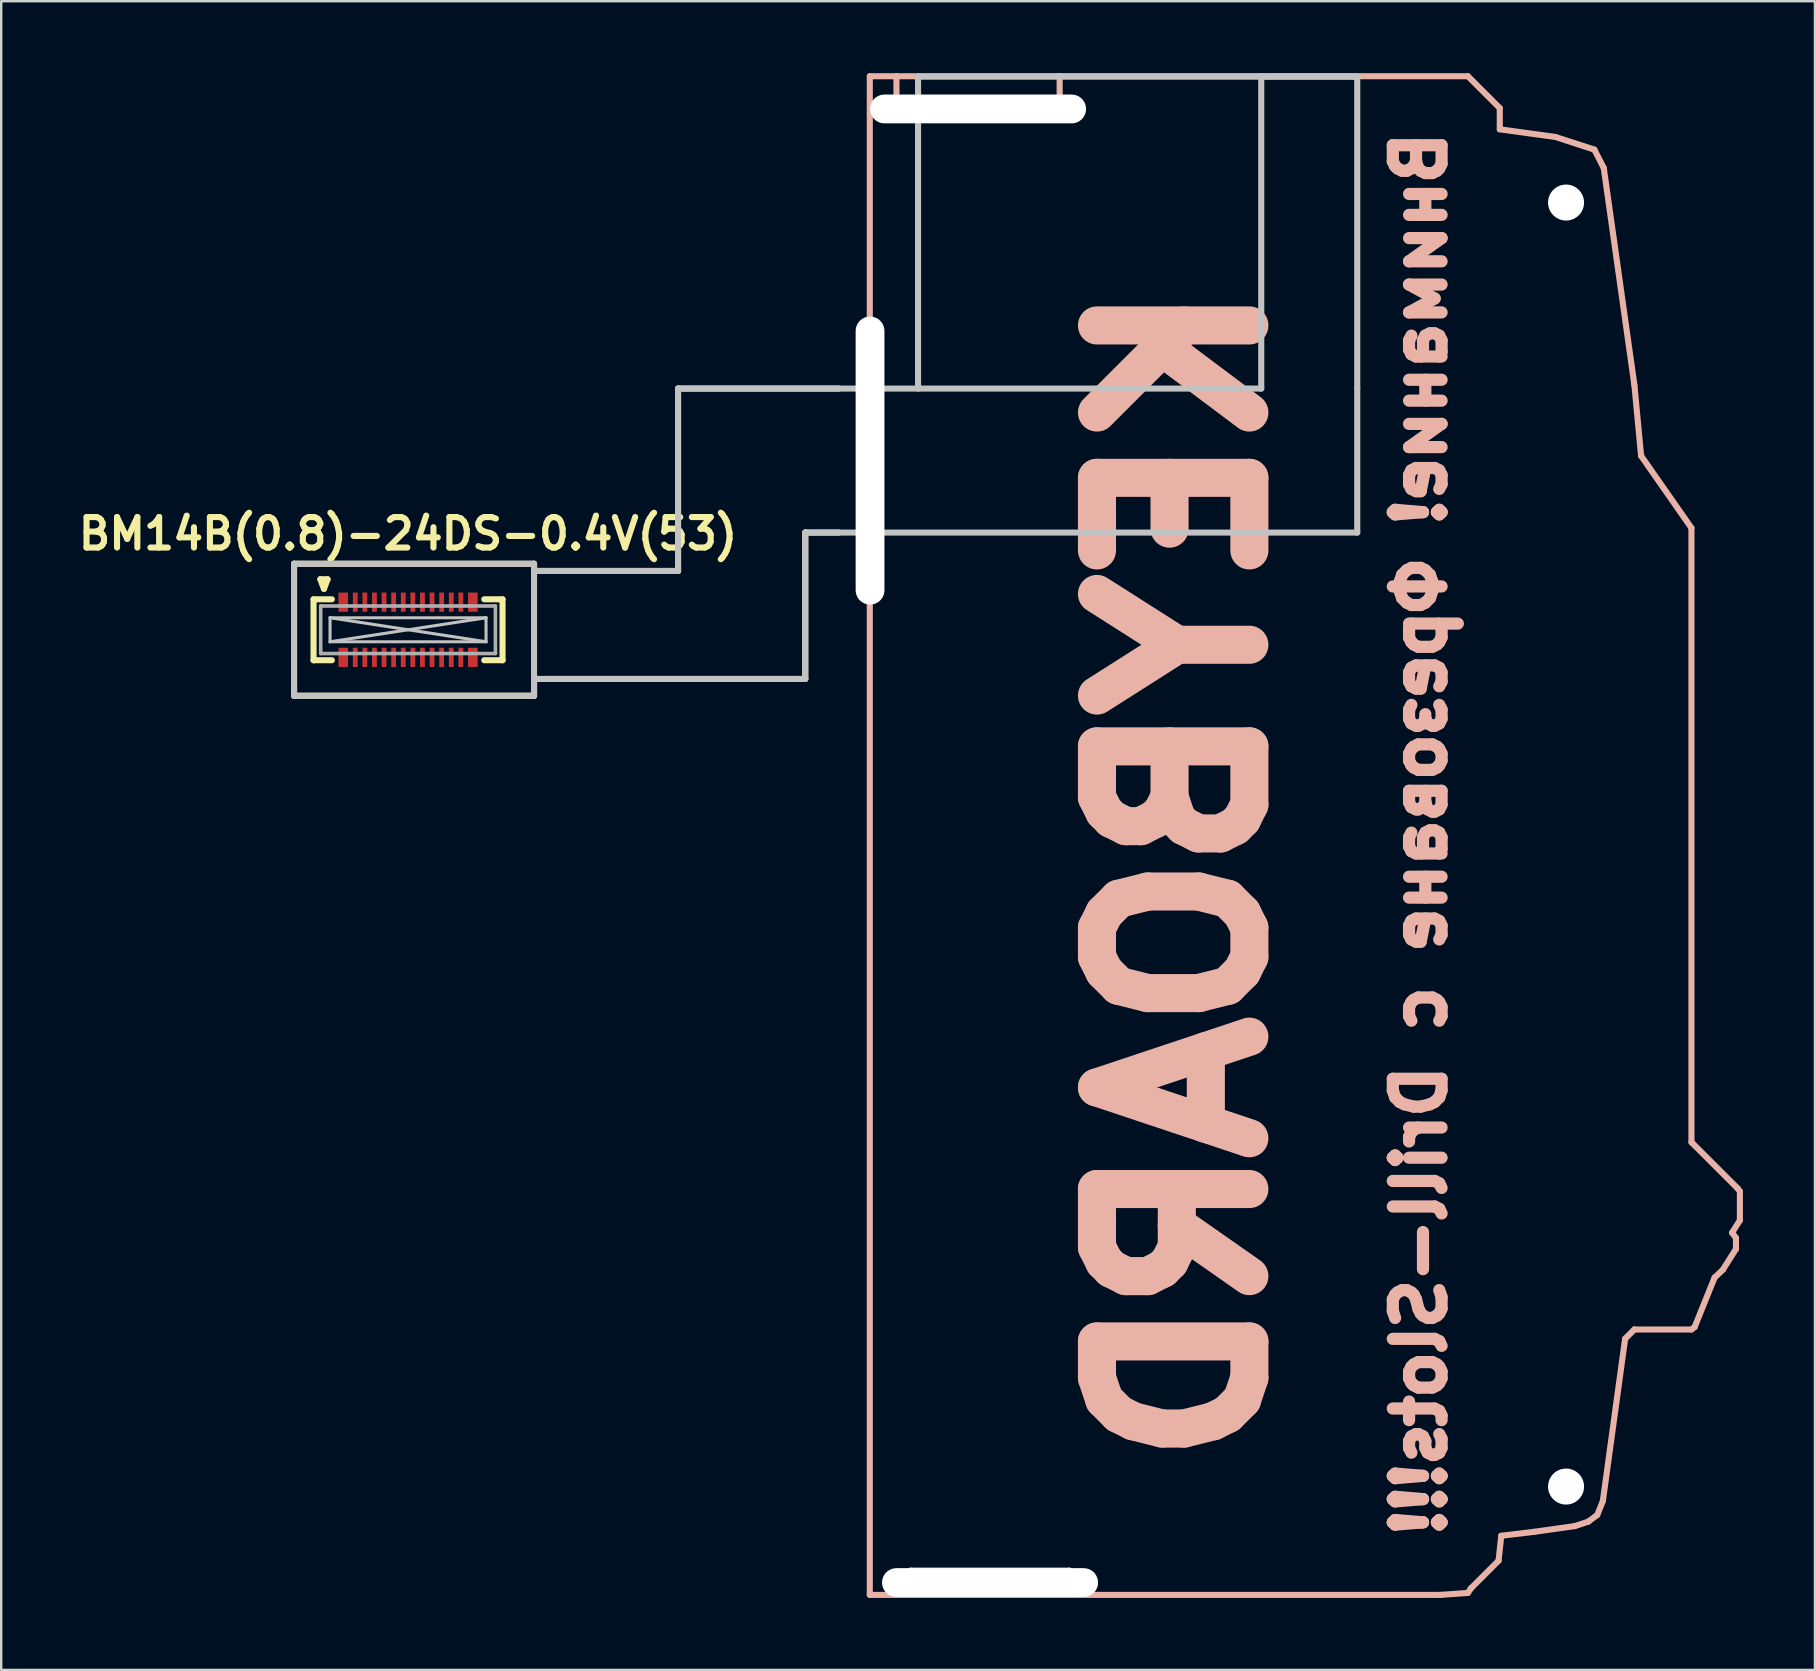
<source format=kicad_pcb>
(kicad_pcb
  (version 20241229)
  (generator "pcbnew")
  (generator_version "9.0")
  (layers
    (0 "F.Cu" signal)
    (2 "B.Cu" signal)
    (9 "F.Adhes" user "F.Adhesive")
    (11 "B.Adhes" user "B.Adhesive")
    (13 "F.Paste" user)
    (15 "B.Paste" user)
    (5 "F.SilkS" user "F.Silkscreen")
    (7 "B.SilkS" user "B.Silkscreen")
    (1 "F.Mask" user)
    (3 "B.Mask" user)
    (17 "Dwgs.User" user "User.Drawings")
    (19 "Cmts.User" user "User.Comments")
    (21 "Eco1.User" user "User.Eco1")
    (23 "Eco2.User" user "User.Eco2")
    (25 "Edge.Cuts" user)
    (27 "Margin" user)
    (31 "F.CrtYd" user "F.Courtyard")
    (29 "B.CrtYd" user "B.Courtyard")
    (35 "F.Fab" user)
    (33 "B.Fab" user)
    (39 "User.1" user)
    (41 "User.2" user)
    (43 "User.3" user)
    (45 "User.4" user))
  (footprint "BM14B(0.8)-24DS-0.4V(53)"
    (layer "F.Cu")
    (at 13.952 23.19)
    (property "Reference" "BM14B(0.8)-24DS-0.4V(53)" (at 0 -4 180) (layer "F.SilkS") (effects (font (size 1.27 1.27) (thickness 0.254))))
    (attr smd)
    (fp_line (start -4.75 -2.75) (end -4.75 2.75) (stroke (width 0.254) (type solid)) (layer "F.SilkS"))
    (fp_line (start -4.75 -2.75) (end 5.25 -2.75) (stroke (width 0.254) (type solid)) (layer "F.SilkS"))
    (fp_line (start -4.75 2.75) (end 5.25 2.75) (stroke (width 0.254) (type solid)) (layer "F.SilkS"))
    (fp_line (start -3.937 -1.27) (end -3.175 -1.27) (stroke (width 0.254) (type solid)) (layer "F.SilkS"))
    (fp_line (start -3.937 1.27) (end -3.937 -1.27) (stroke (width 0.254) (type solid)) (layer "F.SilkS"))
    (fp_line (start -3.654 -2.104) (end -3.354 -2.104) (stroke (width 0.254) (type solid)) (layer "F.SilkS"))
    (fp_line (start -3.504 -1.704) (end -3.654 -2.104) (stroke (width 0.254) (type solid)) (layer "F.SilkS"))
    (fp_line (start -3.354 -2.104) (end -3.504 -1.704) (stroke (width 0.254) (type solid)) (layer "F.SilkS"))
    (fp_line (start -3.175 1.27) (end -3.937 1.27) (stroke (width 0.254) (type solid)) (layer "F.SilkS"))
    (fp_line (start 3.175 -1.27) (end 3.937 -1.27) (stroke (width 0.254) (type solid)) (layer "F.SilkS"))
    (fp_line (start 3.937 -1.27) (end 3.937 1.27) (stroke (width 0.254) (type solid)) (layer "F.SilkS"))
    (fp_line (start 3.937 1.27) (end 3.175 1.27) (stroke (width 0.254) (type solid)) (layer "F.SilkS"))
    (fp_line (start 5.25 -2.75) (end 5.25 -2.45) (stroke (width 0.254) (type solid)) (layer "F.SilkS"))
    (fp_line (start 5.25 -2.45) (end 11.25 -2.45) (stroke (width 0.254) (type solid)) (layer "F.SilkS"))
    (fp_line (start 5.25 2.05) (end 5.9 2.05) (stroke (width 0.254) (type solid)) (layer "F.SilkS"))
    (fp_line (start 5.25 2.75) (end 5.25 2.05) (stroke (width 0.254) (type solid)) (layer "F.SilkS"))
    (fp_line (start 5.9 2.05) (end 16.55 2.05) (stroke (width 0.254) (type solid)) (layer "F.SilkS"))
    (fp_line (start 11.25 -10.05) (end 17.95 -10.05) (stroke (width 0.254) (type solid)) (layer "F.SilkS"))
    (fp_line (start 11.25 -2.45) (end 11.25 -10.05) (stroke (width 0.254) (type solid)) (layer "F.SilkS"))
    (fp_line (start 16.55 -4.05) (end 17.95 -4.05) (stroke (width 0.254) (type solid)) (layer "F.SilkS"))
    (fp_line (start 16.55 2.05) (end 16.55 -4.05) (stroke (width 0.254) (type solid)) (layer "F.SilkS"))
    (fp_line (start 19.239 -23.063) (end 20.35 -23.063) (stroke (width 0.254) (type solid)) (layer "B.SilkS"))
    (fp_line (start 19.239 40.214) (end 19.239 -23.063) (stroke (width 0.254) (type solid)) (layer "B.SilkS"))
    (fp_line (start 20.35 -23.063) (end 20.35 -22.05) (stroke (width 0.254) (type solid)) (layer "B.SilkS"))
    (fp_line (start 20.35 -23.063) (end 27.15 -23.063) (stroke (width 0.254) (type solid)) (layer "B.SilkS"))
    (fp_line (start 20.35 -22.05) (end 27.15 -22.05) (stroke (width 0.254) (type solid)) (layer "B.SilkS"))
    (fp_line (start 20.95 39.2) (end 27.55 39.2) (stroke (width 0.254) (type solid)) (layer "B.SilkS"))
    (fp_line (start 20.95 40.214) (end 19.239 40.214) (stroke (width 0.254) (type solid)) (layer "B.SilkS"))
    (fp_line (start 20.95 40.214) (end 20.95 39.2) (stroke (width 0.254) (type solid)) (layer "B.SilkS"))
    (fp_line (start 27.15 -23.063) (end 44.161 -23.063) (stroke (width 0.254) (type solid)) (layer "B.SilkS"))
    (fp_line (start 27.15 -22.05) (end 27.15 -23.063) (stroke (width 0.254) (type solid)) (layer "B.SilkS"))
    (fp_line (start 27.55 39.2) (end 27.55 40.214) (stroke (width 0.254) (type solid)) (layer "B.SilkS"))
    (fp_line (start 27.55 40.214) (end 20.95 40.214) (stroke (width 0.254) (type solid)) (layer "B.SilkS"))
    (fp_line (start 43.014 40.214) (end 27.55 40.214) (stroke (width 0.254) (type solid)) (layer "B.SilkS"))
    (fp_line (start 44.161 -23.063) (end 45.488 -21.735) (stroke (width 0.254) (type solid)) (layer "B.SilkS"))
    (fp_line (start 44.161 40.131) (end 43.014 40.214) (stroke (width 0.254) (type solid)) (layer "B.SilkS"))
    (fp_line (start 44.285 39.942) (end 44.161 40.131) (stroke (width 0.254) (type solid)) (layer "B.SilkS"))
    (fp_line (start 45.439 38.788) (end 44.285 39.942) (stroke (width 0.254) (type solid)) (layer "B.SilkS"))
    (fp_line (start 45.488 -21.735) (end 45.488 -20.852) (stroke (width 0.254) (type solid)) (layer "B.SilkS"))
    (fp_line (start 45.488 -20.852) (end 47.801 -20.535) (stroke (width 0.254) (type solid)) (layer "B.SilkS"))
    (fp_line (start 45.55 37.75) (end 45.439 38.788) (stroke (width 0.254) (type solid)) (layer "B.SilkS"))
    (fp_line (start 46.936 37.584) (end 45.55 37.75) (stroke (width 0.254) (type solid)) (layer "B.SilkS"))
    (fp_line (start 47.801 -20.535) (end 49.43 -20.006) (stroke (width 0.254) (type solid)) (layer "B.SilkS"))
    (fp_line (start 48.615 37.347) (end 46.936 37.584) (stroke (width 0.254) (type solid)) (layer "B.SilkS"))
    (fp_line (start 49.176 37.163) (end 48.615 37.347) (stroke (width 0.254) (type solid)) (layer "B.SilkS"))
    (fp_line (start 49.43 -20.006) (end 49.822 -19.238) (stroke (width 0.254) (type solid)) (layer "B.SilkS"))
    (fp_line (start 49.551 36.881) (end 49.176 37.163) (stroke (width 0.254) (type solid)) (layer "B.SilkS"))
    (fp_line (start 49.784 36.302) (end 49.551 36.881) (stroke (width 0.254) (type solid)) (layer "B.SilkS"))
    (fp_line (start 49.822 -19.238) (end 51.096 -10.21) (stroke (width 0.254) (type solid)) (layer "B.SilkS"))
    (fp_line (start 50.712 29.539) (end 49.784 36.302) (stroke (width 0.254) (type solid)) (layer "B.SilkS"))
    (fp_line (start 51.096 -10.21) (end 51.377 -7.245) (stroke (width 0.254) (type solid)) (layer "B.SilkS"))
    (fp_line (start 51.096 29.155) (end 50.712 29.539) (stroke (width 0.254) (type solid)) (layer "B.SilkS"))
    (fp_line (start 51.377 -7.245) (end 53.475 -4.241) (stroke (width 0.254) (type solid)) (layer "B.SilkS"))
    (fp_line (start 53.475 -4.241) (end 53.475 21.352) (stroke (width 0.254) (type solid)) (layer "B.SilkS"))
    (fp_line (start 53.475 21.352) (end 55.4 23.276) (stroke (width 0.254) (type solid)) (layer "B.SilkS"))
    (fp_line (start 53.475 29.155) (end 51.096 29.155) (stroke (width 0.254) (type solid)) (layer "B.SilkS"))
    (fp_line (start 53.607 29.056) (end 53.475 29.155) (stroke (width 0.254) (type solid)) (layer "B.SilkS"))
    (fp_line (start 54.438 26.995) (end 53.607 29.056) (stroke (width 0.254) (type solid)) (layer "B.SilkS"))
    (fp_line (start 54.786 26.663) (end 54.438 26.995) (stroke (width 0.254) (type solid)) (layer "B.SilkS"))
    (fp_line (start 55.167 25.123) (end 55.33 25.34) (stroke (width 0.254) (type solid)) (layer "B.SilkS"))
    (fp_line (start 55.33 25.34) (end 55.33 25.801) (stroke (width 0.254) (type solid)) (layer "B.SilkS"))
    (fp_line (start 55.33 25.801) (end 54.786 26.663) (stroke (width 0.254) (type solid)) (layer "B.SilkS"))
    (fp_line (start 55.4 23.276) (end 55.493 23.4) (stroke (width 0.254) (type solid)) (layer "B.SilkS"))
    (fp_line (start 55.493 23.4) (end 55.493 24.607) (stroke (width 0.254) (type solid)) (layer "B.SilkS"))
    (fp_line (start 55.493 24.607) (end 55.167 25.123) (stroke (width 0.254) (type solid)) (layer "B.SilkS"))
    (fp_line (start -4.75 -2.75) (end 5.25 -2.75) (stroke (width 0.254) (type solid)) (layer "Dwgs.User"))
    (fp_line (start -4.75 2.75) (end -4.75 -2.75) (stroke (width 0.254) (type solid)) (layer "Dwgs.User"))
    (fp_line (start -4.75 2.75) (end 5.25 2.75) (stroke (width 0.254) (type solid)) (layer "Dwgs.User"))
    (fp_line (start -3.25 -0.5) (end 3.25 -0.5) (stroke (width 0.127) (type solid)) (layer "Dwgs.User"))
    (fp_line (start -3.25 -0.5) (end 3.25 0.5) (stroke (width 0.127) (type solid)) (layer "Dwgs.User"))
    (fp_line (start -3.25 0.5) (end -3.25 -0.5) (stroke (width 0.127) (type solid)) (layer "Dwgs.User"))
    (fp_line (start -3.25 0.5) (end 3.25 -0.5) (stroke (width 0.127) (type solid)) (layer "Dwgs.User"))
    (fp_line (start -3.25 0.5) (end 3.25 0.5) (stroke (width 0.127) (type solid)) (layer "Dwgs.User"))
    (fp_line (start 3.25 0.5) (end 3.25 -0.5) (stroke (width 0.127) (type solid)) (layer "Dwgs.User"))
    (fp_line (start 5.25 -2.45) (end 11.25 -2.45) (stroke (width 0.254) (type solid)) (layer "Dwgs.User"))
    (fp_line (start 5.25 2.75) (end 5.25 -2.75) (stroke (width 0.254) (type solid)) (layer "Dwgs.User"))
    (fp_line (start 11.25 -10.05) (end 35.55 -10.05) (stroke (width 0.254) (type solid)) (layer "Dwgs.User"))
    (fp_line (start 11.25 -2.45) (end 11.25 -10.05) (stroke (width 0.254) (type solid)) (layer "Dwgs.User"))
    (fp_line (start 16.55 -4.05) (end 16.55 2.05) (stroke (width 0.254) (type solid)) (layer "Dwgs.User"))
    (fp_line (start 16.55 2.05) (end 5.25 2.05) (stroke (width 0.254) (type solid)) (layer "Dwgs.User"))
    (fp_line (start 21.25 -23.05) (end 21.25 -10.05) (stroke (width 0.254) (type solid)) (layer "Dwgs.User"))
    (fp_line (start 35.55 -23.05) (end 39.55 -23.05) (stroke (width 0.254) (type solid)) (layer "Dwgs.User"))
    (fp_line (start 35.55 -10.05) (end 35.55 -23.05) (stroke (width 0.254) (type solid)) (layer "Dwgs.User"))
    (fp_line (start 39.55 -23.05) (end 21.25 -23.05) (stroke (width 0.254) (type solid)) (layer "Dwgs.User"))
    (fp_line (start 39.55 -10.05) (end 39.55 -23.05) (stroke (width 0.254) (type solid)) (layer "Dwgs.User"))
    (fp_line (start 39.55 -10.05) (end 39.55 -4.05) (stroke (width 0.254) (type solid)) (layer "Dwgs.User"))
    (fp_line (start 39.55 -4.05) (end 16.55 -4.05) (stroke (width 0.254) (type solid)) (layer "Dwgs.User"))
    (fp_line (start 19.239 -23.063) (end 48.25 -23.063) (stroke (width 0.254) (type solid)) (layer "Eco1.User"))
    (fp_line (start 19.239 40.214) (end 19.239 -23.063) (stroke (width 0.254) (type solid)) (layer "Eco1.User"))
    (fp_line (start 19.239 40.214) (end 48.25 40.214) (stroke (width 0.254) (type solid)) (layer "Eco1.User"))
    (fp_line (start 19.25 8.576) (end 48.261 8.576) (stroke (width 0.254) (type solid)) (layer "Eco1.User"))
    (fp_line (start 46.75 35.7) (end 49.75 35.7) (stroke (width 0.254) (type solid)) (layer "Eco1.User"))
    (fp_line (start 48.25 -23.05) (end 48.25 -16.25) (stroke (width 0.254) (type solid)) (layer "Eco1.User"))
    (fp_line (start 48.25 40.214) (end 48.25 34.2) (stroke (width 0.254) (type solid)) (layer "Eco1.User"))
    (fp_line (start 49.75 -17.8) (end 46.75 -17.8) (stroke (width 0.254) (type solid)) (layer "Eco1.User"))
    (fp_line (start -3.64 -0.99) (end 3.64 -0.99) (stroke (width 0.15) (type solid)) (layer "F.Fab"))
    (fp_line (start -3.64 0.99) (end -3.64 -0.99) (stroke (width 0.15) (type solid)) (layer "F.Fab"))
    (fp_line (start 3.64 -0.99) (end 3.64 0.99) (stroke (width 0.15) (type solid)) (layer "F.Fab"))
    (fp_line (start 3.64 0.99) (end -3.64 0.99) (stroke (width 0.15) (type solid)) (layer "F.Fab"))
    (fp_text user "Внимание! Фрезоване с Drill-Slots!!!" (at 42.15 8.5 270) (layer "B.SilkS") (effects (font (size 2.032 2.032) (thickness 0.508)) (justify mirror)))
    (fp_text user "KEYBOARD" (at 32.2 10.15 270) (layer "B.SilkS") (effects (font (size 6.35 6.35) (thickness 1.587)) (justify mirror)))
    (pad "" smd rect (at -2.2 -1.15) (size 0.211 0.8) (layers "F.Paste"))
    (pad "" smd rect (at -2.2 1.15) (size 0.211 0.8) (layers "F.Paste"))
    (pad "" smd rect (at -1.8 -1.15) (size 0.211 0.8) (layers "F.Paste"))
    (pad "" smd rect (at -1.8 1.15) (size 0.211 0.8) (layers "F.Paste"))
    (pad "" smd rect (at -1.4 -1.15) (size 0.211 0.8) (layers "F.Paste"))
    (pad "" smd rect (at -1.4 1.15) (size 0.211 0.8) (layers "F.Paste"))
    (pad "" smd rect (at -1 -1.15) (size 0.211 0.8) (layers "F.Paste"))
    (pad "" smd rect (at -1 1.15) (size 0.211 0.8) (layers "F.Paste"))
    (pad "" smd rect (at -0.6 -1.15) (size 0.211 0.8) (layers "F.Paste"))
    (pad "" smd rect (at -0.6 1.15) (size 0.211 0.8) (layers "F.Paste"))
    (pad "" smd rect (at -0.2 -1.15) (size 0.211 0.8) (layers "F.Paste"))
    (pad "" smd rect (at -0.2 1.15) (size 0.211 0.8) (layers "F.Paste"))
    (pad "" smd rect (at 0.2 -1.15) (size 0.211 0.8) (layers "F.Paste"))
    (pad "" smd rect (at 0.2 1.15) (size 0.211 0.8) (layers "F.Paste"))
    (pad "" smd rect (at 0.6 -1.15) (size 0.211 0.8) (layers "F.Paste"))
    (pad "" smd rect (at 0.6 1.15) (size 0.211 0.8) (layers "F.Paste"))
    (pad "" smd rect (at 1 -1.15) (size 0.211 0.8) (layers "F.Paste"))
    (pad "" smd rect (at 1 1.15) (size 0.211 0.8) (layers "F.Paste"))
    (pad "" smd rect (at 1.4 -1.15) (size 0.211 0.8) (layers "F.Paste"))
    (pad "" smd rect (at 1.4 1.15) (size 0.211 0.8) (layers "F.Paste"))
    (pad "" smd rect (at 1.8 -1.15) (size 0.211 0.8) (layers "F.Paste"))
    (pad "" smd rect (at 1.8 1.15) (size 0.211 0.8) (layers "F.Paste"))
    (pad "" smd rect (at 2.2 -1.15) (size 0.211 0.8) (layers "F.Paste"))
    (pad "" smd rect (at 2.2 1.15) (size 0.211 0.8) (layers "F.Paste"))
    (pad "" np_thru_hole oval (at 19.25 -7.05) (size 1.2 12) (drill oval 1.2 12) (layers "*.Cu" "*.Mask"))
    (pad "" np_thru_hole oval (at 23.75 -21.7 90) (size 1.2 9) (drill oval 1.2 9) (layers "*.Cu" "*.Mask"))
    (pad "" np_thru_hole oval (at 24.25 39.7 90) (size 1.2 9) (drill oval 1.2 9) (layers "*.Cu" "*.Mask"))
    (pad "" np_thru_hole circle (at 48.25 -17.8 90) (size 1.5 1.5) (drill 1.5) (layers "*.Cu" "*.Mask"))
    (pad "" np_thru_hole circle (at 48.25 35.7 90) (size 1.5 1.5) (drill 1.5) (layers "*.Cu" "*.Mask"))
    (pad "0" smd rect (at -2.7 -1.15) (size 0.4 0.8) (layers "F.Cu" "F.Mask" "F.Paste"))
    (pad "0" smd rect (at -2.7 1.15) (size 0.4 0.8) (layers "F.Cu" "F.Mask" "F.Paste"))
    (pad "0" smd rect (at 2.7 -1.15) (size 0.4 0.8) (layers "F.Cu" "F.Mask" "F.Paste"))
    (pad "0" smd rect (at 2.7 1.15) (size 0.4 0.8) (layers "F.Cu" "F.Mask" "F.Paste"))
    (pad "1" smd rect (at -2.2 -1.15) (size 0.2 0.8) (layers "F.Cu" "F.Mask"))
    (pad "2" smd rect (at -1.8 -1.15) (size 0.2 0.8) (layers "F.Cu" "F.Mask"))
    (pad "3" smd rect (at -1.4 -1.15) (size 0.2 0.8) (layers "F.Cu" "F.Mask"))
    (pad "4" smd rect (at -1 -1.15) (size 0.2 0.8) (layers "F.Cu" "F.Mask"))
    (pad "5" smd rect (at -0.6 -1.15) (size 0.2 0.8) (layers "F.Cu" "F.Mask"))
    (pad "6" smd rect (at -0.2 -1.15) (size 0.2 0.8) (layers "F.Cu" "F.Mask"))
    (pad "7" smd rect (at 0.2 -1.15) (size 0.2 0.8) (layers "F.Cu" "F.Mask"))
    (pad "8" smd rect (at 0.6 -1.15) (size 0.2 0.8) (layers "F.Cu" "F.Mask"))
    (pad "9" smd rect (at 1 -1.15) (size 0.2 0.8) (layers "F.Cu" "F.Mask"))
    (pad "10" smd rect (at 1.4 -1.15) (size 0.2 0.8) (layers "F.Cu" "F.Mask"))
    (pad "11" smd rect (at 1.8 -1.15) (size 0.2 0.8) (layers "F.Cu" "F.Mask"))
    (pad "12" smd rect (at 2.2 -1.15) (size 0.2 0.8) (layers "F.Cu" "F.Mask"))
    (pad "13" smd rect (at 2.2 1.15) (size 0.2 0.8) (layers "F.Cu" "F.Mask"))
    (pad "14" smd rect (at 1.8 1.15) (size 0.2 0.8) (layers "F.Cu" "F.Mask"))
    (pad "15" smd rect (at 1.4 1.15) (size 0.2 0.8) (layers "F.Cu" "F.Mask"))
    (pad "16" smd rect (at 1 1.15) (size 0.2 0.8) (layers "F.Cu" "F.Mask"))
    (pad "17" smd rect (at 0.6 1.15) (size 0.2 0.8) (layers "F.Cu" "F.Mask"))
    (pad "18" smd rect (at 0.2 1.15) (size 0.2 0.8) (layers "F.Cu" "F.Mask"))
    (pad "19" smd rect (at -0.2 1.15) (size 0.2 0.8) (layers "F.Cu" "F.Mask"))
    (pad "20" smd rect (at -0.6 1.15) (size 0.2 0.8) (layers "F.Cu" "F.Mask"))
    (pad "21" smd rect (at -1 1.15) (size 0.2 0.8) (layers "F.Cu" "F.Mask"))
    (pad "22" smd rect (at -1.4 1.15) (size 0.2 0.8) (layers "F.Cu" "F.Mask"))
    (pad "23" smd rect (at -1.8 1.15) (size 0.2 0.8) (layers "F.Cu" "F.Mask"))
    (pad "24" smd rect (at -2.2 1.15) (size 0.2 0.8) (layers "F.Cu" "F.Mask")))
  (gr_rect
    (start -3 -3)
    (end 72.572 66.531)
    (stroke (width 0.1) (type default))
    (fill no)
    (layer "Edge.Cuts")))
</source>
